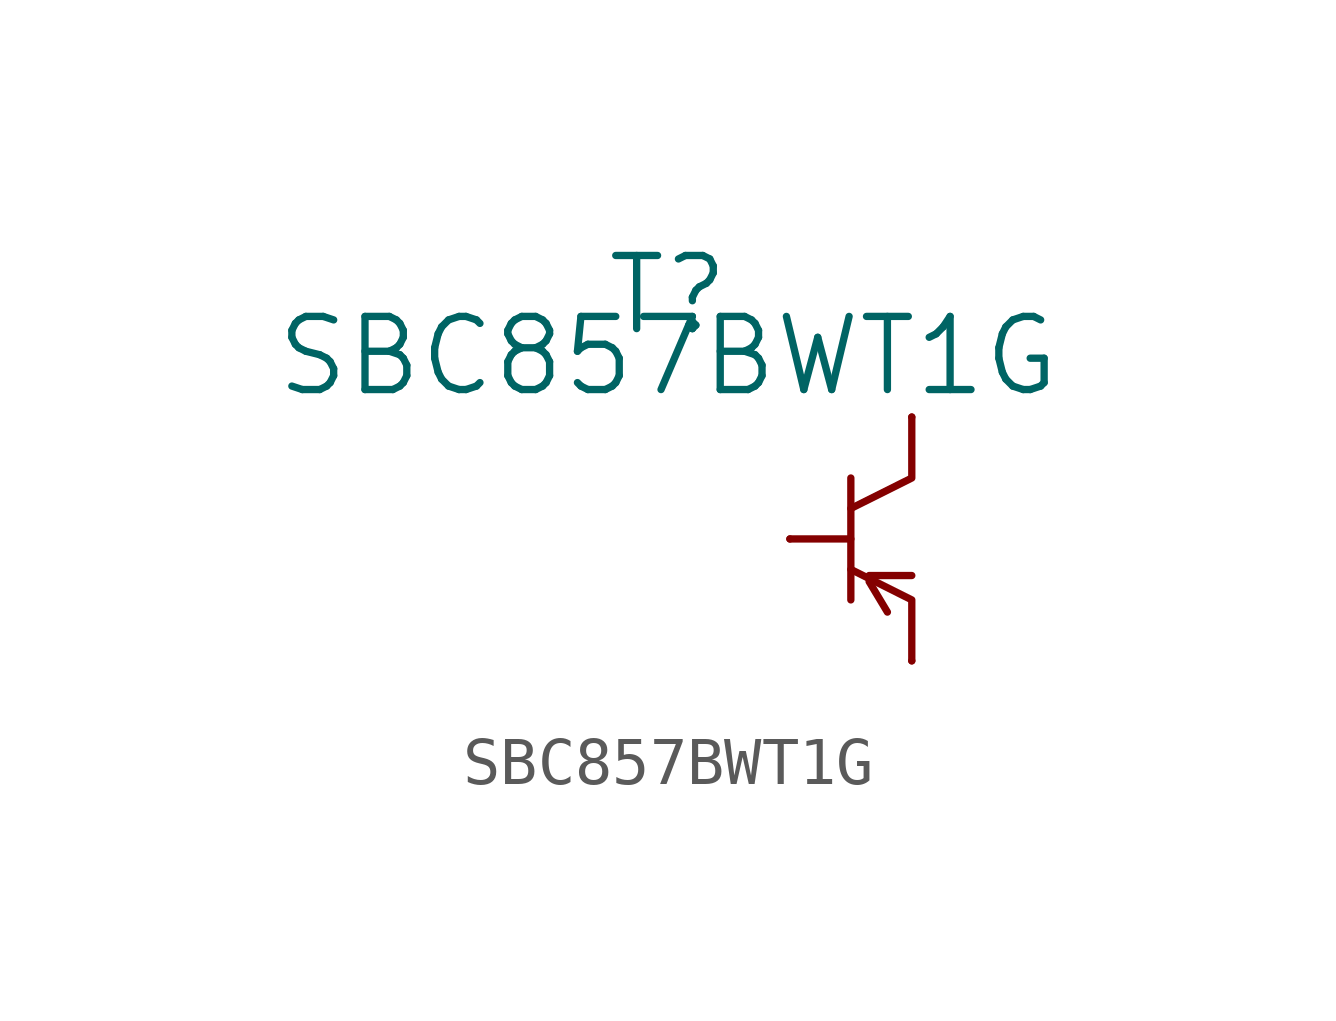
<source format=kicad_sym>
(kicad_symbol_lib
  (version 20220914)
  (generator kicad_symbol_editor)
  (symbol "SBC857BWT1G"
    (pin_numbers hide)
    (pin_names
      (offset 1.016) hide)
    (property "Reference" "T"
      (at -2.54 5.08 0)
      (effects (font (size 1.524 1.524))))
    (property "Value" "SBC857BWT1G"
      (at -2.54 3.81 0)
      (effects (font (size 1.524 1.524))))
    (symbol "SBC857BWT1G_0_1"
      (polyline (pts (xy 0 0) (xy 1.27 0)) (stroke (width 0) (type solid)) (fill (type none)))
      (polyline (pts (xy 1.27 1.27) (xy 1.27 -1.27)) (stroke (width 0) (type solid)) (fill (type none)))
      (polyline (pts (xy 1.651 -0.889) (xy 2.032 -1.524)) (stroke (width 0) (type solid)) (fill (type none)))
      (polyline (pts (xy 1.651 -0.762) (xy 2.54 -0.762)) (stroke (width 0) (type solid)) (fill (type none)))
      (polyline (pts (xy 2.54 -2.54) (xy 2.54 -1.27) (xy 1.27 -0.635)) (stroke (width 0) (type solid)) (fill (type none)))
      (polyline (pts (xy 2.54 2.54) (xy 2.54 1.27) (xy 1.27 0.635)) (stroke (width 0) (type solid)) (fill (type none))))
    (symbol "SBC857BWT1G_1_1"
      (pin input line (at 0 0 0) (length 0) (name "B" (effects (font (size 1.27 1.27)))) (number "1" (effects (font (size 1.27 1.27)))))
      (pin passive line (at 2.54 -2.54 180) (length 0) (name "E" (effects (font (size 1.27 1.27)))) (number "2" (effects (font (size 1.27 1.27)))))
      (pin passive line (at 2.54 2.54 0) (length 0) (name "C" (effects (font (size 1.27 1.27)))) (number "3" (effects (font (size 1.27 1.27))))))))
</source>
